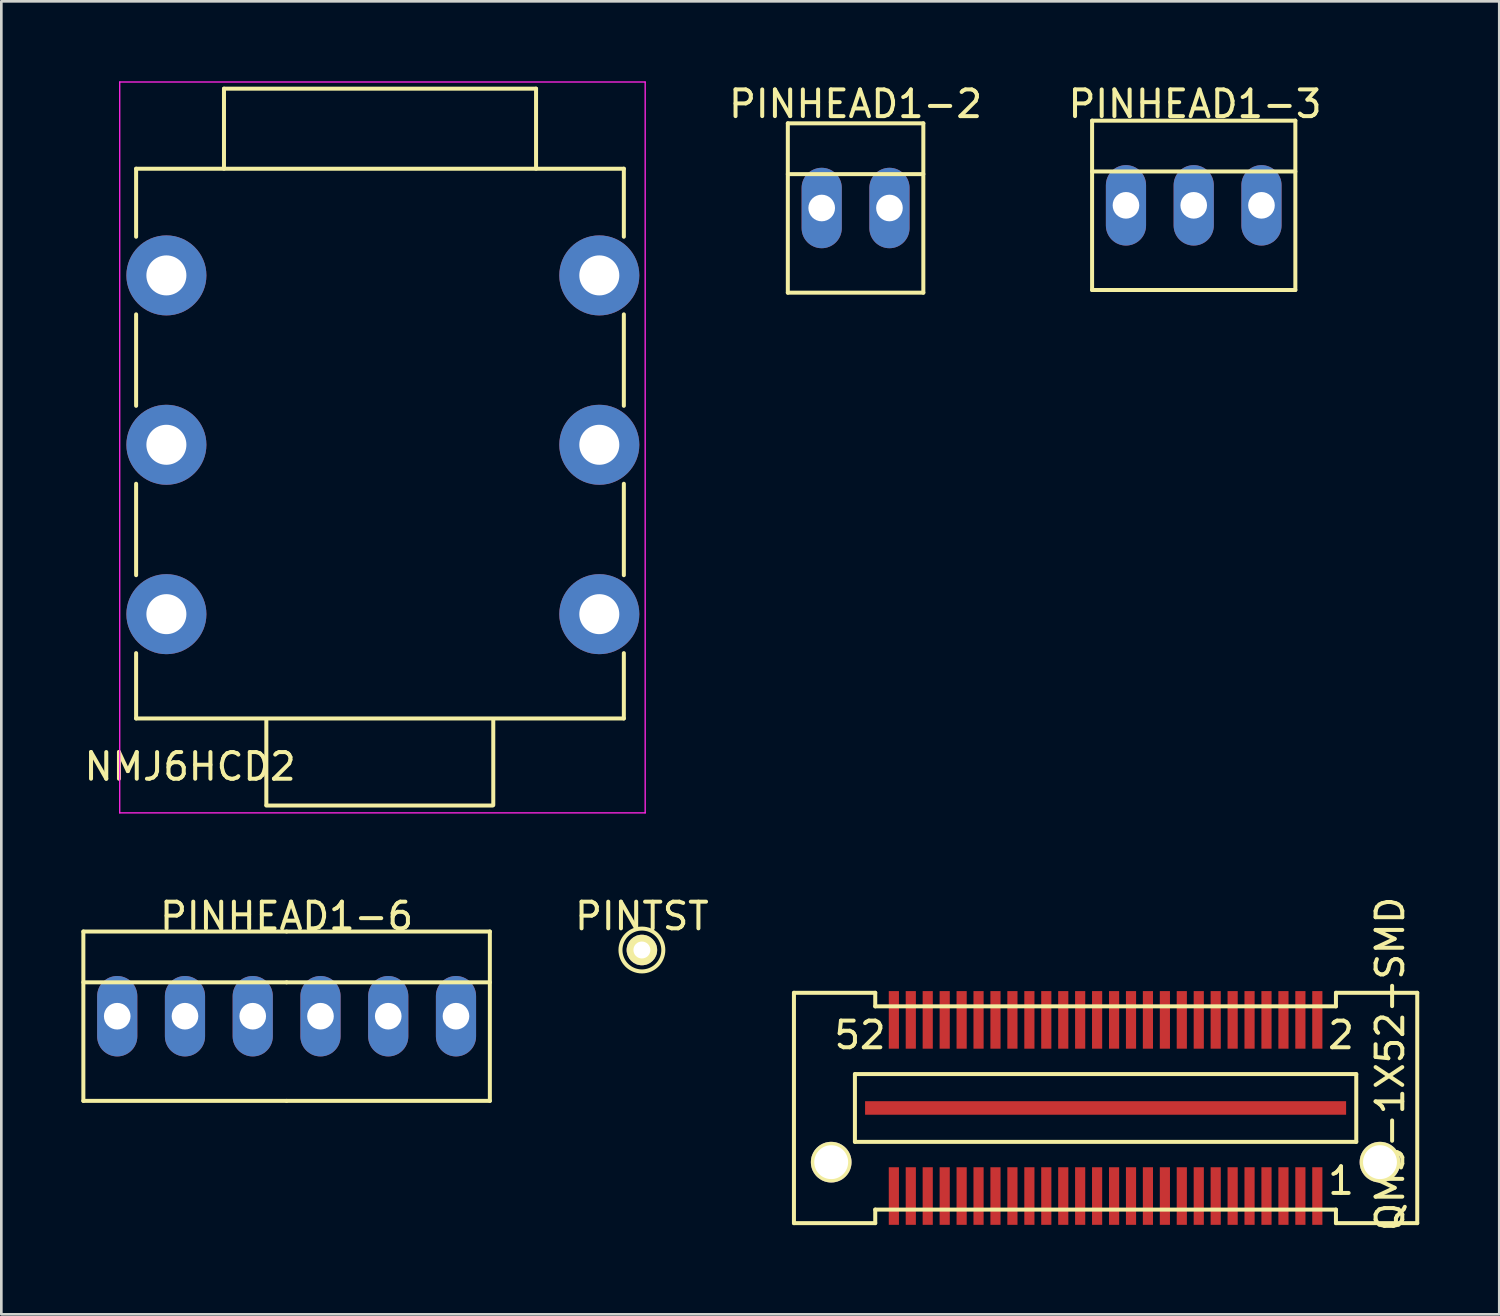
<source format=kicad_pcb>
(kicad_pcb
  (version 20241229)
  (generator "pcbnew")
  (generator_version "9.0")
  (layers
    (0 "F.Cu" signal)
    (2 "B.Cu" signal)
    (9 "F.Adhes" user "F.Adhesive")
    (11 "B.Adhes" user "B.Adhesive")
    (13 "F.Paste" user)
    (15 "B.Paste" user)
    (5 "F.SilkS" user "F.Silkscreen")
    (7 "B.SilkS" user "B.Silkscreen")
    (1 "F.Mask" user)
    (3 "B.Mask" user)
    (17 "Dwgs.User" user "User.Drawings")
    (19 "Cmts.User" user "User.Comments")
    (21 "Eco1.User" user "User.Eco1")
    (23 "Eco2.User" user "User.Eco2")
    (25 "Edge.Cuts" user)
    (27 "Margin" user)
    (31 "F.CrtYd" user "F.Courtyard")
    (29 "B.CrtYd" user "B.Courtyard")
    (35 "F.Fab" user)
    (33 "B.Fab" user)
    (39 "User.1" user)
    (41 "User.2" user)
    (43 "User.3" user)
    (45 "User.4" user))
  (footprint "PINTST"
    (layer "F.Cu")
    (at 21.015 32.566)
    (property "Reference" "PINTST" (at 0 -1.267 0) (layer "F.SilkS") (effects (font (size 1 1) (thickness 0.15))))
    (attr through_hole)
    (fp_circle (center 0 0) (end -0.254 -0.762) (stroke (width 0.15) (type solid)) (fill no) (layer "F.SilkS"))
    (pad "1" thru_hole circle (at 0 0) (size 1.143 1.143) (drill 0.635) (layers "*.Cu" "*.Mask" "F.SilkS")))
  (footprint "QMS-1X52-SMD"
    (layer "F.Cu")
    (at 38.399 38.488)
    (property "Reference" "QMS-1X52-SMD" (at 10.668 -1.651 90) (layer "F.SilkS") (effects (font (size 1 1) (thickness 0.15))))
    (attr smd)
    (fp_line (start -11.684 4.318) (end -11.684 -4.318) (stroke (width 0.15) (type solid)) (layer "F.SilkS"))
    (fp_line (start -9.398 -1.27) (end 9.398 -1.27) (stroke (width 0.15) (type solid)) (layer "F.SilkS"))
    (fp_line (start -9.398 1.27) (end -9.398 -1.27) (stroke (width 0.15) (type solid)) (layer "F.SilkS"))
    (fp_line (start -8.636 -4.318) (end -11.684 -4.318) (stroke (width 0.15) (type solid)) (layer "F.SilkS"))
    (fp_line (start -8.636 -4.318) (end -8.636 -3.81) (stroke (width 0.15) (type solid)) (layer "F.SilkS"))
    (fp_line (start -8.636 -3.81) (end 8.636 -3.81) (stroke (width 0.15) (type solid)) (layer "F.SilkS"))
    (fp_line (start -8.636 3.81) (end -8.636 4.318) (stroke (width 0.15) (type solid)) (layer "F.SilkS"))
    (fp_line (start -8.636 4.318) (end -11.684 4.318) (stroke (width 0.15) (type solid)) (layer "F.SilkS"))
    (fp_line (start 8.636 -4.318) (end 11.684 -4.318) (stroke (width 0.15) (type solid)) (layer "F.SilkS"))
    (fp_line (start 8.636 -3.81) (end 8.636 -4.318) (stroke (width 0.15) (type solid)) (layer "F.SilkS"))
    (fp_line (start 8.636 3.81) (end -8.636 3.81) (stroke (width 0.15) (type solid)) (layer "F.SilkS"))
    (fp_line (start 8.636 4.318) (end 8.636 3.81) (stroke (width 0.15) (type solid)) (layer "F.SilkS"))
    (fp_line (start 9.398 -1.27) (end 9.398 1.27) (stroke (width 0.15) (type solid)) (layer "F.SilkS"))
    (fp_line (start 9.398 1.27) (end -9.398 1.27) (stroke (width 0.15) (type solid)) (layer "F.SilkS"))
    (fp_line (start 11.684 -4.318) (end 11.684 4.318) (stroke (width 0.15) (type solid)) (layer "F.SilkS"))
    (fp_line (start 11.684 4.318) (end 8.636 4.318) (stroke (width 0.15) (type solid)) (layer "F.SilkS"))
    (fp_text user "52" (at -9.207 -2.731 0) (layer "F.SilkS") (effects (font (size 1 1) (thickness 0.15))))
    (fp_text user "1" (at 8.826 2.731 0) (layer "F.SilkS") (effects (font (size 1 1) (thickness 0.15))))
    (fp_text user "2" (at 8.826 -2.731 0) (layer "F.SilkS") (effects (font (size 1 1) (thickness 0.15))))
    (pad "" thru_hole circle (at -10.287 2.032) (size 1.524 1.524) (drill 1.27) (layers "*.Cu" "*.Mask" "F.SilkS"))
    (pad "" thru_hole circle (at 10.287 2.032) (size 1.524 1.524) (drill 1.27) (layers "*.Cu" "*.Mask" "F.SilkS"))
    (pad "1" smd rect (at 7.938 3.302) (size 0.381 2.159) (layers "F.Cu" "F.Mask" "F.Paste"))
    (pad "2" smd rect (at 7.938 -3.302) (size 0.381 2.159) (layers "F.Cu" "F.Mask" "F.Paste"))
    (pad "3" smd rect (at 7.303 3.302) (size 0.381 2.159) (layers "F.Cu" "F.Mask" "F.Paste"))
    (pad "4" smd rect (at 7.303 -3.302) (size 0.381 2.159) (layers "F.Cu" "F.Mask" "F.Paste"))
    (pad "5" smd rect (at 6.668 3.302) (size 0.381 2.159) (layers "F.Cu" "F.Mask" "F.Paste"))
    (pad "6" smd rect (at 6.668 -3.302) (size 0.381 2.159) (layers "F.Cu" "F.Mask" "F.Paste"))
    (pad "7" smd rect (at 6.032 3.302) (size 0.381 2.159) (layers "F.Cu" "F.Mask" "F.Paste"))
    (pad "8" smd rect (at 6.032 -3.302) (size 0.381 2.159) (layers "F.Cu" "F.Mask" "F.Paste"))
    (pad "9" smd rect (at 5.397 3.302) (size 0.381 2.159) (layers "F.Cu" "F.Mask" "F.Paste"))
    (pad "10" smd rect (at 5.397 -3.302) (size 0.381 2.159) (layers "F.Cu" "F.Mask" "F.Paste"))
    (pad "11" smd rect (at 4.763 3.302) (size 0.381 2.159) (layers "F.Cu" "F.Mask" "F.Paste"))
    (pad "12" smd rect (at 4.763 -3.302) (size 0.381 2.159) (layers "F.Cu" "F.Mask" "F.Paste"))
    (pad "13" smd rect (at 4.128 3.302) (size 0.381 2.159) (layers "F.Cu" "F.Mask" "F.Paste"))
    (pad "14" smd rect (at 4.128 -3.302) (size 0.381 2.159) (layers "F.Cu" "F.Mask" "F.Paste"))
    (pad "15" smd rect (at 3.493 3.302) (size 0.381 2.159) (layers "F.Cu" "F.Mask" "F.Paste"))
    (pad "16" smd rect (at 3.493 -3.302) (size 0.381 2.159) (layers "F.Cu" "F.Mask" "F.Paste"))
    (pad "17" smd rect (at 2.857 3.302) (size 0.381 2.159) (layers "F.Cu" "F.Mask" "F.Paste"))
    (pad "18" smd rect (at 2.857 -3.302) (size 0.381 2.159) (layers "F.Cu" "F.Mask" "F.Paste"))
    (pad "19" smd rect (at 2.223 3.302) (size 0.381 2.159) (layers "F.Cu" "F.Mask" "F.Paste"))
    (pad "20" smd rect (at 2.223 -3.302) (size 0.381 2.159) (layers "F.Cu" "F.Mask" "F.Paste"))
    (pad "21" smd rect (at 1.587 3.302) (size 0.381 2.159) (layers "F.Cu" "F.Mask" "F.Paste"))
    (pad "22" smd rect (at 1.587 -3.302) (size 0.381 2.159) (layers "F.Cu" "F.Mask" "F.Paste"))
    (pad "23" smd rect (at 0.953 3.302) (size 0.381 2.159) (layers "F.Cu" "F.Mask" "F.Paste"))
    (pad "24" smd rect (at 0.953 -3.302) (size 0.381 2.159) (layers "F.Cu" "F.Mask" "F.Paste"))
    (pad "25" smd rect (at 0.318 3.302) (size 0.381 2.159) (layers "F.Cu" "F.Mask" "F.Paste"))
    (pad "26" smd rect (at 0.318 -3.302) (size 0.381 2.159) (layers "F.Cu" "F.Mask" "F.Paste"))
    (pad "27" smd rect (at -0.318 3.302) (size 0.381 2.159) (layers "F.Cu" "F.Mask" "F.Paste"))
    (pad "28" smd rect (at -0.318 -3.302) (size 0.381 2.159) (layers "F.Cu" "F.Mask" "F.Paste"))
    (pad "29" smd rect (at -0.953 3.302) (size 0.381 2.159) (layers "F.Cu" "F.Mask" "F.Paste"))
    (pad "30" smd rect (at -0.953 -3.302) (size 0.381 2.159) (layers "F.Cu" "F.Mask" "F.Paste"))
    (pad "31" smd rect (at -1.587 3.302) (size 0.381 2.159) (layers "F.Cu" "F.Mask" "F.Paste"))
    (pad "32" smd rect (at -1.587 -3.302) (size 0.381 2.159) (layers "F.Cu" "F.Mask" "F.Paste"))
    (pad "33" smd rect (at -2.223 3.302) (size 0.381 2.159) (layers "F.Cu" "F.Mask" "F.Paste"))
    (pad "34" smd rect (at -2.223 -3.302) (size 0.381 2.159) (layers "F.Cu" "F.Mask" "F.Paste"))
    (pad "35" smd rect (at -2.857 3.302) (size 0.381 2.159) (layers "F.Cu" "F.Mask" "F.Paste"))
    (pad "36" smd rect (at -2.857 -3.302) (size 0.381 2.159) (layers "F.Cu" "F.Mask" "F.Paste"))
    (pad "37" smd rect (at -3.493 3.302) (size 0.381 2.159) (layers "F.Cu" "F.Mask" "F.Paste"))
    (pad "38" smd rect (at -3.493 -3.302) (size 0.381 2.159) (layers "F.Cu" "F.Mask" "F.Paste"))
    (pad "39" smd rect (at -4.128 3.302) (size 0.381 2.159) (layers "F.Cu" "F.Mask" "F.Paste"))
    (pad "40" smd rect (at -4.128 -3.302) (size 0.381 2.159) (layers "F.Cu" "F.Mask" "F.Paste"))
    (pad "41" smd rect (at -4.763 3.302) (size 0.381 2.159) (layers "F.Cu" "F.Mask" "F.Paste"))
    (pad "42" smd rect (at -4.763 -3.302) (size 0.381 2.159) (layers "F.Cu" "F.Mask" "F.Paste"))
    (pad "43" smd rect (at -5.397 3.302) (size 0.381 2.159) (layers "F.Cu" "F.Mask" "F.Paste"))
    (pad "44" smd rect (at -5.397 -3.302) (size 0.381 2.159) (layers "F.Cu" "F.Mask" "F.Paste"))
    (pad "45" smd rect (at -6.032 3.302) (size 0.381 2.159) (layers "F.Cu" "F.Mask" "F.Paste"))
    (pad "46" smd rect (at -6.032 -3.302) (size 0.381 2.159) (layers "F.Cu" "F.Mask" "F.Paste"))
    (pad "47" smd rect (at -6.668 3.302) (size 0.381 2.159) (layers "F.Cu" "F.Mask" "F.Paste"))
    (pad "48" smd rect (at -6.668 -3.302) (size 0.381 2.159) (layers "F.Cu" "F.Mask" "F.Paste"))
    (pad "49" smd rect (at -7.303 3.302) (size 0.381 2.159) (layers "F.Cu" "F.Mask" "F.Paste"))
    (pad "50" smd rect (at -7.303 -3.302) (size 0.381 2.159) (layers "F.Cu" "F.Mask" "F.Paste"))
    (pad "51" smd rect (at -7.938 3.302) (size 0.381 2.159) (layers "F.Cu" "F.Mask" "F.Paste"))
    (pad "52" smd rect (at -7.938 -3.302) (size 0.381 2.159) (layers "F.Cu" "F.Mask" "F.Paste"))
    (pad "53" smd rect (at 0 0) (size 18.034 0.508) (layers "F.Cu" "F.Mask" "F.Paste")))
  (footprint "NMJ6HCD2"
    (layer "F.Cu")
    (at 3.188 7.275)
    (property "Reference" "NMJ6HCD2" (at 0.889 18.415 0) (layer "F.SilkS") (effects (font (size 1 1) (thickness 0.15))))
    (attr through_hole)
    (fp_line (start -1.135 -4) (end 17.15 -4) (stroke (width 0.15) (type solid)) (layer "F.SilkS"))
    (fp_line (start -1.135 -1.45) (end -1.135 -4) (stroke (width 0.15) (type solid)) (layer "F.SilkS"))
    (fp_line (start -1.135 4.889) (end -1.135 1.46) (stroke (width 0.15) (type solid)) (layer "F.SilkS"))
    (fp_line (start -1.135 11.239) (end -1.135 7.811) (stroke (width 0.15) (type solid)) (layer "F.SilkS"))
    (fp_line (start -1.135 16.61) (end -1.135 14.161) (stroke (width 0.15) (type solid)) (layer "F.SilkS"))
    (fp_line (start -1.135 16.61) (end 17.15 16.61) (stroke (width 0.15) (type solid)) (layer "F.SilkS"))
    (fp_line (start 2.159 -7) (end 2.159 -4) (stroke (width 0.15) (type solid)) (layer "F.SilkS"))
    (fp_line (start 2.159 -7) (end 13.859 -7) (stroke (width 0.15) (type solid)) (layer "F.SilkS"))
    (fp_line (start 3.747 16.637) (end 3.747 19.857) (stroke (width 0.15) (type solid)) (layer "F.SilkS"))
    (fp_line (start 3.747 19.875) (end 12.232 19.875) (stroke (width 0.15) (type solid)) (layer "F.SilkS"))
    (fp_line (start 12.255 16.637) (end 12.255 19.857) (stroke (width 0.15) (type solid)) (layer "F.SilkS"))
    (fp_line (start 13.859 -7) (end 13.859 -4) (stroke (width 0.15) (type solid)) (layer "F.SilkS"))
    (fp_line (start 17.15 -4) (end 17.15 -1.45) (stroke (width 0.15) (type solid)) (layer "F.SilkS"))
    (fp_line (start 17.15 1.46) (end 17.15 4.889) (stroke (width 0.15) (type solid)) (layer "F.SilkS"))
    (fp_line (start 17.15 7.811) (end 17.15 11.239) (stroke (width 0.15) (type solid)) (layer "F.SilkS"))
    (fp_line (start 17.15 16.61) (end 17.15 14.161) (stroke (width 0.15) (type solid)) (layer "F.SilkS"))
    (fp_line (start -1.75 -7.25) (end -1.75 20.15) (stroke (width 0.05) (type solid)) (layer "F.CrtYd"))
    (fp_line (start -1.75 -7.25) (end 17.95 -7.25) (stroke (width 0.05) (type solid)) (layer "F.CrtYd"))
    (fp_line (start -1.75 20.15) (end 17.95 20.15) (stroke (width 0.05) (type solid)) (layer "F.CrtYd"))
    (fp_line (start 17.95 20.15) (end 17.95 -7.25) (stroke (width 0.05) (type solid)) (layer "F.CrtYd"))
    (pad "1" thru_hole circle (at 0 0) (size 3 3) (drill 1.5) (layers "*.Cu" "*.Mask"))
    (pad "2" thru_hole circle (at 0 12.7) (size 3 3) (drill 1.5) (layers "*.Cu" "*.Mask"))
    (pad "3" thru_hole circle (at 0 6.35) (size 3 3) (drill 1.5) (layers "*.Cu" "*.Mask"))
    (pad "4" thru_hole circle (at 16.23 0) (size 3 3) (drill 1.5) (layers "*.Cu" "*.Mask"))
    (pad "5" thru_hole circle (at 16.23 12.7) (size 3 3) (drill 1.5) (layers "*.Cu" "*.Mask"))
    (pad "6" thru_hole circle (at 16.23 6.35) (size 3 3) (drill 1.5) (layers "*.Cu" "*.Mask")))
  (footprint "PINHEAD1-2"
    (layer "F.Cu")
    (at 29.026 4.748)
    (property "Reference" "PINHEAD1-2" (at 0 -3.9 0) (layer "F.SilkS") (effects (font (size 1 1) (thickness 0.15))))
    (attr exclude_from_pos_files exclude_from_bom)
    (fp_line (start -2.54 -3.175) (end -2.54 3.175) (stroke (width 0.15) (type solid)) (layer "F.SilkS"))
    (fp_line (start -2.54 -3.175) (end 2.54 -3.175) (stroke (width 0.15) (type solid)) (layer "F.SilkS"))
    (fp_line (start 2.54 -3.175) (end 2.54 3.175) (stroke (width 0.15) (type solid)) (layer "F.SilkS"))
    (fp_line (start 2.54 -1.27) (end -2.54 -1.27) (stroke (width 0.15) (type solid)) (layer "F.SilkS"))
    (fp_line (start 2.54 3.175) (end -2.54 3.175) (stroke (width 0.15) (type solid)) (layer "F.SilkS"))
    (pad "1" thru_hole oval (at -1.27 0) (size 1.506 3.015) (drill 0.998) (layers "*.Cu" "*.Mask"))
    (pad "2" thru_hole oval (at 1.27 0) (size 1.506 3.015) (drill 0.998) (layers "*.Cu" "*.Mask")))
  (footprint "PINHEAD1-3"
    (layer "F.Cu")
    (at 41.703 4.648)
    (property "Reference" "PINHEAD1-3" (at 0.05 -3.8 0) (layer "F.SilkS") (effects (font (size 1 1) (thickness 0.15))))
    (attr exclude_from_pos_files exclude_from_bom)
    (fp_line (start -3.81 -3.175) (end -3.81 3.175) (stroke (width 0.15) (type solid)) (layer "F.SilkS"))
    (fp_line (start -3.81 -3.175) (end 3.81 -3.175) (stroke (width 0.15) (type solid)) (layer "F.SilkS"))
    (fp_line (start 3.81 -3.175) (end 3.81 3.175) (stroke (width 0.15) (type solid)) (layer "F.SilkS"))
    (fp_line (start 3.81 -1.27) (end -3.81 -1.27) (stroke (width 0.15) (type solid)) (layer "F.SilkS"))
    (fp_line (start 3.81 3.175) (end -3.81 3.175) (stroke (width 0.15) (type solid)) (layer "F.SilkS"))
    (pad "1" thru_hole oval (at -2.54 0) (size 1.506 3.015) (drill 0.998) (layers "*.Cu" "*.Mask"))
    (pad "2" thru_hole oval (at 0 0) (size 1.506 3.015) (drill 0.998) (layers "*.Cu" "*.Mask"))
    (pad "3" thru_hole oval (at 2.54 0) (size 1.506 3.015) (drill 0.998) (layers "*.Cu" "*.Mask")))
  (footprint "PINHEAD1-6"
    (layer "F.Cu")
    (at 7.695 35.048)
    (property "Reference" "PINHEAD1-6" (at 0 -3.75 0) (layer "F.SilkS") (effects (font (size 1 1) (thickness 0.15))))
    (attr exclude_from_pos_files exclude_from_bom)
    (fp_line (start -7.62 -3.175) (end -7.62 3.175) (stroke (width 0.15) (type solid)) (layer "F.SilkS"))
    (fp_line (start -7.62 -3.175) (end 0 -3.175) (stroke (width 0.15) (type solid)) (layer "F.SilkS"))
    (fp_line (start 0 -3.175) (end 7.62 -3.175) (stroke (width 0.15) (type solid)) (layer "F.SilkS"))
    (fp_line (start 0 -1.27) (end -7.62 -1.27) (stroke (width 0.15) (type solid)) (layer "F.SilkS"))
    (fp_line (start 0 -1.27) (end 7.62 -1.27) (stroke (width 0.15) (type solid)) (layer "F.SilkS"))
    (fp_line (start 0 3.175) (end -7.62 3.175) (stroke (width 0.15) (type solid)) (layer "F.SilkS"))
    (fp_line (start 0 3.175) (end 7.62 3.175) (stroke (width 0.15) (type solid)) (layer "F.SilkS"))
    (fp_line (start 7.62 -3.175) (end 7.62 3.175) (stroke (width 0.15) (type solid)) (layer "F.SilkS"))
    (pad "1" thru_hole oval (at -6.35 0) (size 1.506 3.015) (drill 0.998) (layers "*.Cu" "*.Mask"))
    (pad "2" thru_hole oval (at -3.81 0) (size 1.506 3.015) (drill 0.998) (layers "*.Cu" "*.Mask"))
    (pad "3" thru_hole oval (at -1.27 0) (size 1.506 3.015) (drill 0.998) (layers "*.Cu" "*.Mask"))
    (pad "4" thru_hole oval (at 1.27 0) (size 1.506 3.015) (drill 0.998) (layers "*.Cu" "*.Mask"))
    (pad "5" thru_hole oval (at 3.81 0) (size 1.506 3.015) (drill 0.998) (layers "*.Cu" "*.Mask"))
    (pad "6" thru_hole oval (at 6.35 0) (size 1.506 3.015) (drill 0.998) (layers "*.Cu" "*.Mask")))
  (gr_rect
    (start -3 -3)
    (end 53.158 46.224)
    (stroke (width 0.1) (type default))
    (fill no)
    (layer "Edge.Cuts")))
</source>
